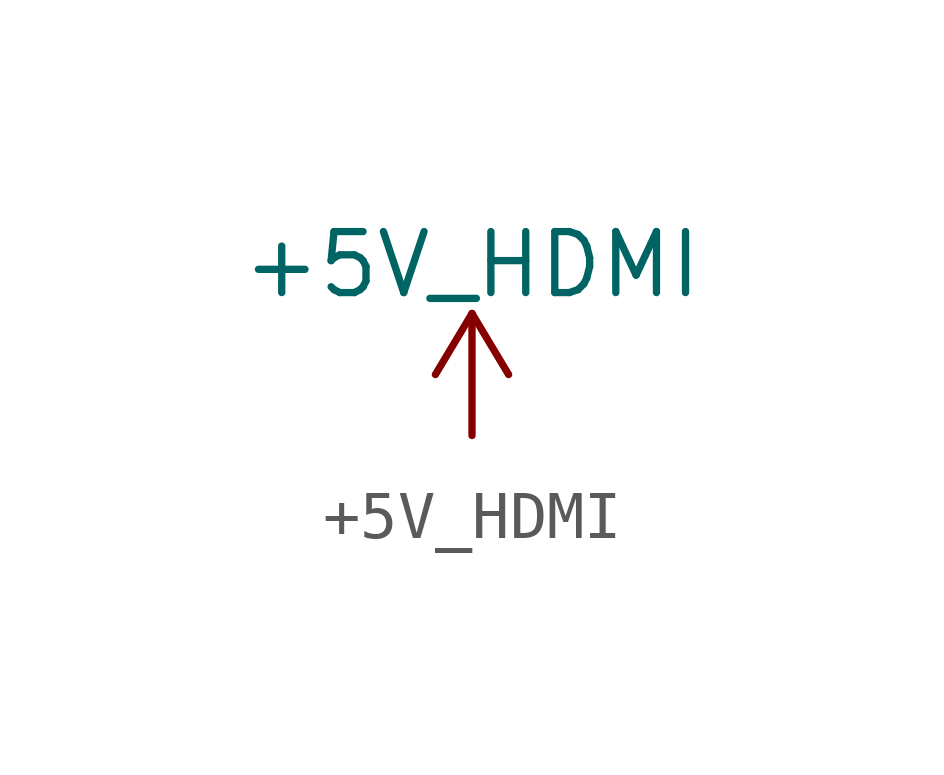
<source format=kicad_sym>
(kicad_symbol_lib
  (version 20211014)
  (generator kicad_symbol_editor)
  (symbol "+5V_HDMI"
    (power)
    (pin_names
      (offset 0))
    (property "Reference" "#PWR"
      (at 0 -3.81 0)
      (effects (font (size 1.27 1.27)) hide))
    (property "Value" "+5V_HDMI"
      (at 0 3.556 0)
      (effects (font (size 1.27 1.27))))
    (symbol "+5V_HDMI_0_1"
      (polyline (pts (xy -0.762 1.27) (xy 0 2.54)) (stroke (width 0) (type default) (color 0 0 0 0)) (fill (type none)))
      (polyline (pts (xy 0 0) (xy 0 2.54)) (stroke (width 0) (type default) (color 0 0 0 0)) (fill (type none)))
      (polyline (pts (xy 0 2.54) (xy 0.762 1.27)) (stroke (width 0) (type default) (color 0 0 0 0)) (fill (type none))))
    (symbol "+5V_HDMI_1_1"
      (pin power_in line (at 0 0 90) (length 0) hide (name "+5V_HDMI" (effects (font (size 1.27 1.27)))) (number "1" (effects (font (size 1.27 1.27))))))))
</source>
